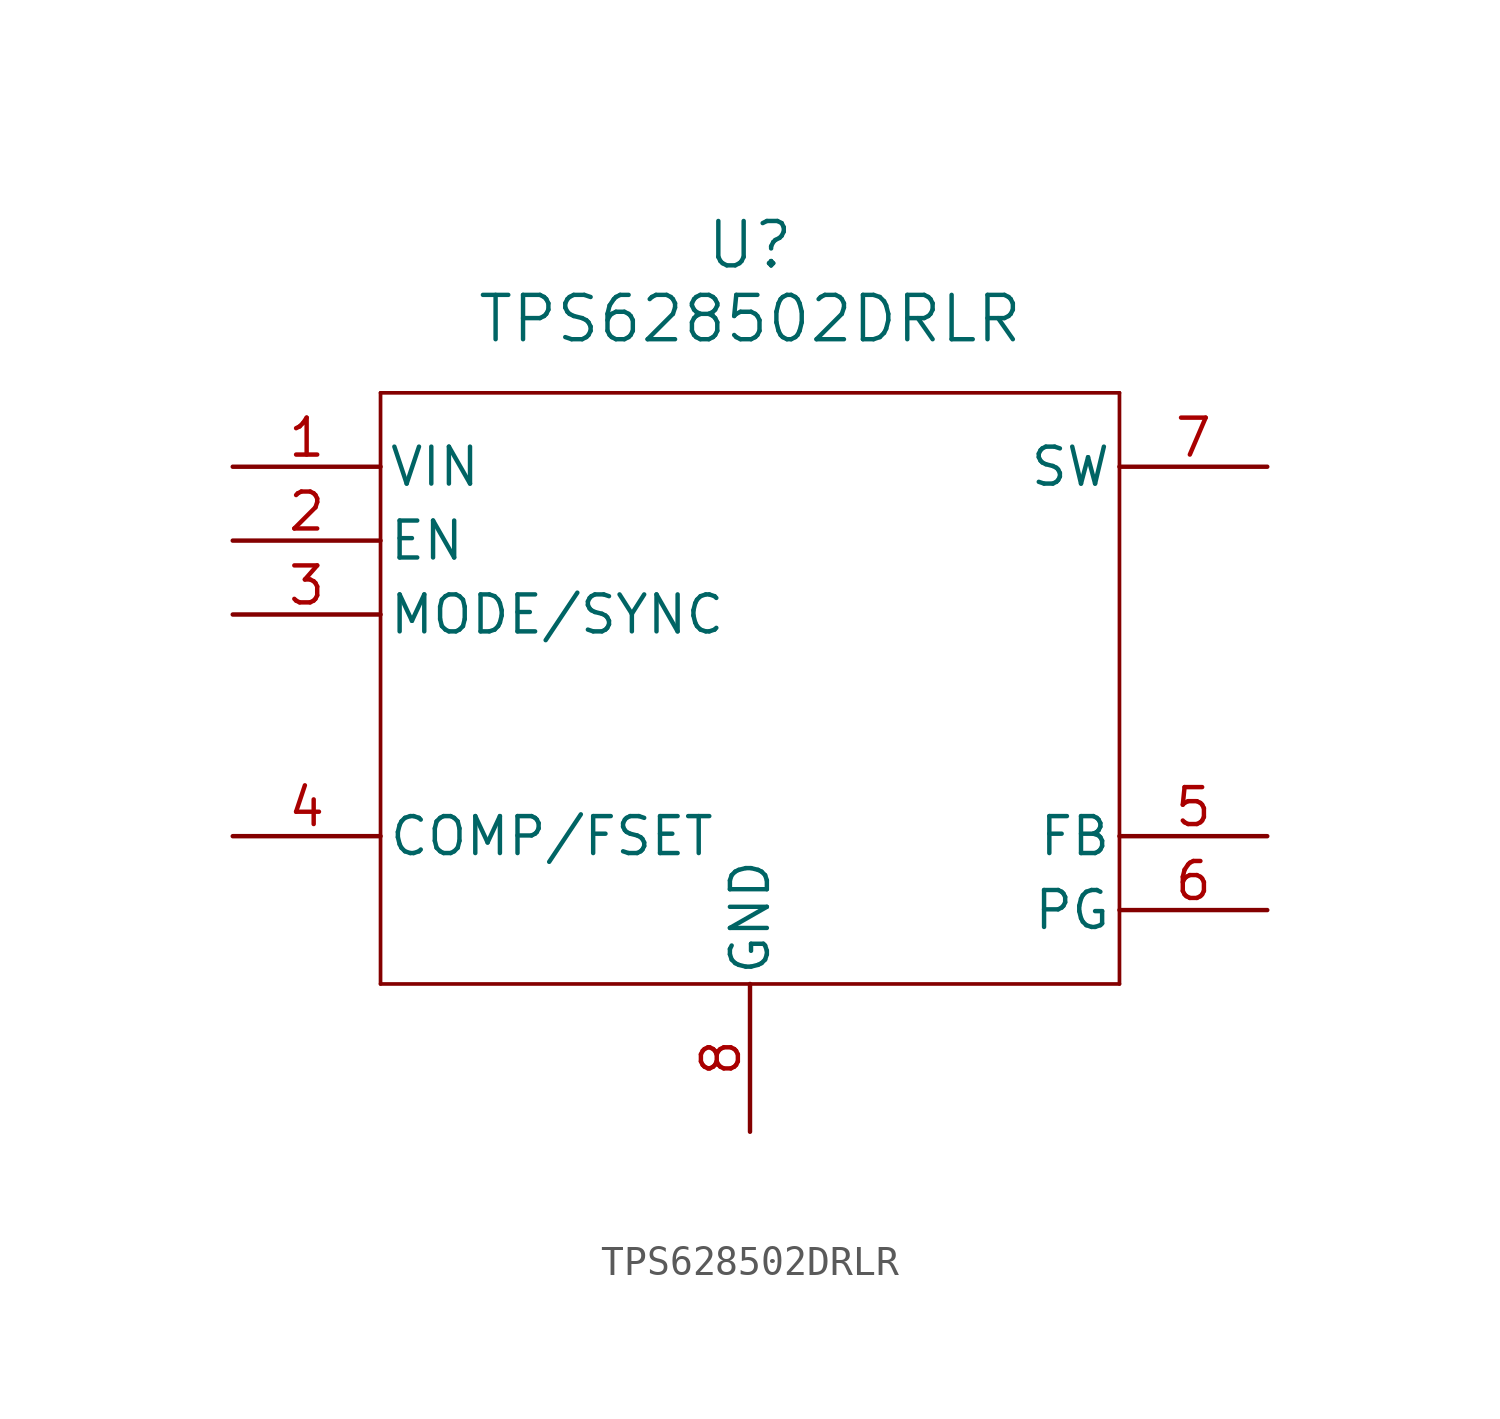
<source format=kicad_sym>
(kicad_symbol_lib
  (version 20241209)
  (generator "kicad_symbol_editor")
  (generator_version "9.0")
  (symbol "TPS628502DRLR"
    (pin_names
      (offset 0.254))
    (property "Reference" "U"
      (at 17.78 7.62 0)
      (effects (font (size 1.524 1.524))))
    (property "Value" "TPS628502DRLR"
      (at 17.78 5.08 0)
      (effects (font (size 1.524 1.524))))
    (property "ki_locked" ""
      (at 0 0 0)
      (effects (font (size 1.27 1.27))))
    (symbol "TPS628502DRLR_0_1"
      (polyline (pts (xy 5.08 2.54) (xy 5.08 -17.78)) (stroke (width 0.127) (type default)) (fill (type none)))
      (polyline (pts (xy 5.08 -17.78) (xy 30.48 -17.78)) (stroke (width 0.127) (type default)) (fill (type none)))
      (polyline (pts (xy 30.48 2.54) (xy 5.08 2.54)) (stroke (width 0.127) (type default)) (fill (type none)))
      (polyline (pts (xy 30.48 -17.78) (xy 30.48 2.54)) (stroke (width 0.127) (type default)) (fill (type none)))
      (pin input line (at 0 -2.54 0) (length 5.08) (name "EN" (effects (font (size 1.27 1.27)))) (number "2" (effects (font (size 1.27 1.27)))))
      (pin input line (at 0 -5.08 0) (length 5.08) (name "MODE/SYNC" (effects (font (size 1.27 1.27)))) (number "3" (effects (font (size 1.27 1.27)))))
      (pin input line (at 0 -12.7 0) (length 5.08) (name "COMP/FSET" (effects (font (size 1.27 1.27)))) (number "4" (effects (font (size 1.27 1.27)))))
      (pin power_out line (at 17.78 -22.86 90) (length 5.08) (name "GND" (effects (font (size 1.27 1.27)))) (number "8" (effects (font (size 1.27 1.27)))))
      (pin unspecified line (at 35.56 0 180) (length 5.08) (name "SW" (effects (font (size 1.27 1.27)))) (number "7" (effects (font (size 1.27 1.27)))))
      (pin input line (at 35.56 -12.7 180) (length 5.08) (name "FB" (effects (font (size 1.27 1.27)))) (number "5" (effects (font (size 1.27 1.27)))))
      (pin output line (at 35.56 -15.24 180) (length 5.08) (name "PG" (effects (font (size 1.27 1.27)))) (number "6" (effects (font (size 1.27 1.27))))))
    (symbol "TPS628502DRLR_1_1"
      (pin power_in line (at 0 0 0) (length 5.08) (name "VIN" (effects (font (size 1.27 1.27)))) (number "1" (effects (font (size 1.27 1.27))))))))
</source>
